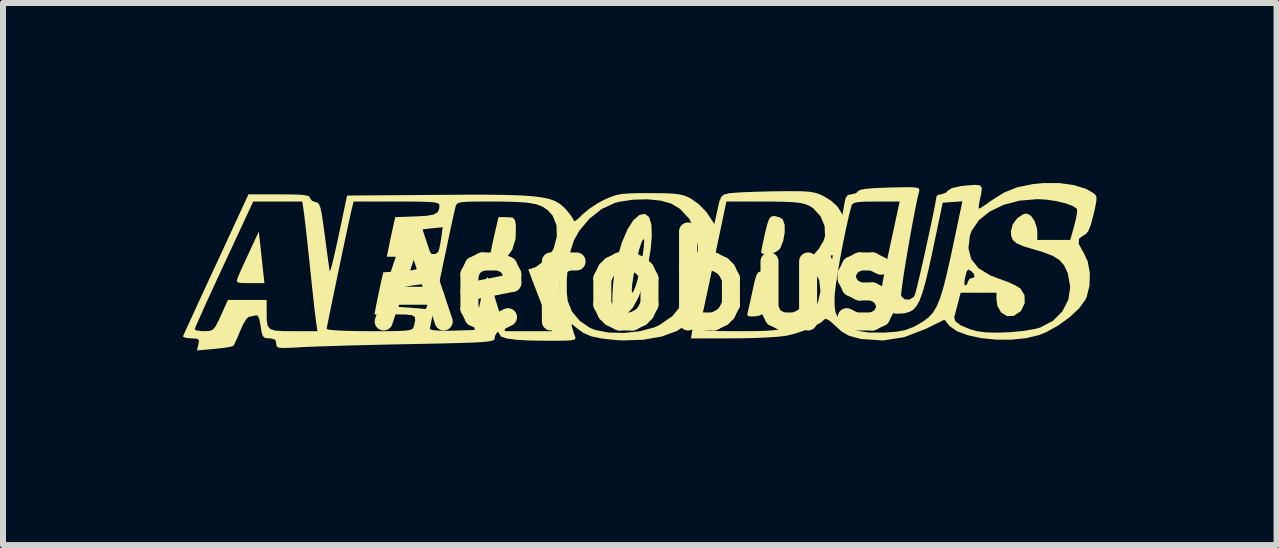
<source format=kicad_pcb>
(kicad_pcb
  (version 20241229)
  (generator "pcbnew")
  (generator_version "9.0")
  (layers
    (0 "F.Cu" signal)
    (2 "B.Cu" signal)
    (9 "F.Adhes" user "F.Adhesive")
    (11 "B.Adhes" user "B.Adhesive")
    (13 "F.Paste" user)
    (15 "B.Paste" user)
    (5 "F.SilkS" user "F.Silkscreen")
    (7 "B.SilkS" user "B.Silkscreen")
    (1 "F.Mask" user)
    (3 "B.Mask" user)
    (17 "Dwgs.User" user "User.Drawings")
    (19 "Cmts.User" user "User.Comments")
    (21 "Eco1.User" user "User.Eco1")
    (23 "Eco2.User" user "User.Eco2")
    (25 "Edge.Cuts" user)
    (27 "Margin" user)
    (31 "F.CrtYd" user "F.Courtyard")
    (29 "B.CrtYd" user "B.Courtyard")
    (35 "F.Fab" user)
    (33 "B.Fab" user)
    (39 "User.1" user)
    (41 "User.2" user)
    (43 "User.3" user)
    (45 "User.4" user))
  (footprint "Aerobus"
    (layer "F.Cu")
    (at 7.593 1.628)
    (property "Reference" "Aerobus" (at 0 0 0) (layer "F.SilkS") (effects (font (size 1.5 1.5) (thickness 0.3))))
    (attr board_only exclude_from_pos_files exclude_from_bom)
    (fp_poly (pts (xy -6.304 -0.58) (xy -6.286 -0.408) (xy -6.267 -0.234) (xy -6.258 -0.15) (xy -6.237 0.04) (xy -6.478 0.04) (xy -6.61 0.038) (xy -6.678 0.029) (xy -6.698 0.004) (xy -6.686 -0.042) (xy -6.683 -0.05) (xy -6.651 -0.126) (xy -6.594 -0.252) (xy -6.523 -0.406) (xy -6.489 -0.48) (xy -6.331 -0.82)) (stroke (width 0) (type solid)) (fill yes) (layer "F.SilkS"))
    (fp_poly (pts (xy -2.104 -1.053) (xy -2.063 -1.014) (xy -2.047 -0.923) (xy -2.052 -0.702) (xy -2.108 -0.518) (xy -2.181 -0.416) (xy -2.274 -0.35) (xy -2.369 -0.321) (xy -2.445 -0.331) (xy -2.478 -0.383) (xy -2.478 -0.39) (xy -2.469 -0.461) (xy -2.445 -0.586) (xy -2.412 -0.737) (xy -2.407 -0.76) (xy -2.337 -1.06) (xy -2.199 -1.06)) (stroke (width 0) (type solid)) (fill yes) (layer "F.SilkS"))
    (fp_poly (pts (xy 2.191 -0.138) (xy 2.255 -0.067) (xy 2.276 0.063) (xy 2.271 0.163) (xy 2.226 0.369) (xy 2.138 0.509) (xy 2.006 0.582) (xy 1.942 0.593) (xy 1.846 0.595) (xy 1.809 0.576) (xy 1.813 0.533) (xy 1.831 0.46) (xy 1.859 0.334) (xy 1.893 0.179) (xy 1.899 0.15) (xy 1.934 -0.005) (xy 1.962 -0.097) (xy 1.994 -0.143) (xy 2.037 -0.158) (xy 2.078 -0.16)) (stroke (width 0) (type solid)) (fill yes) (layer "F.SilkS"))
    (fp_poly (pts (xy 2.354 -1.055) (xy 2.4 -1.02) (xy 2.431 -0.933) (xy 2.432 -0.805) (xy 2.408 -0.667) (xy 2.363 -0.552) (xy 2.339 -0.518) (xy 2.269 -0.472) (xy 2.178 -0.445) (xy 2.093 -0.44) (xy 2.044 -0.462) (xy 2.04 -0.475) (xy 2.048 -0.529) (xy 2.07 -0.638) (xy 2.101 -0.78) (xy 2.104 -0.795) (xy 2.141 -0.944) (xy 2.172 -1.03) (xy 2.208 -1.07) (xy 2.256 -1.08) (xy 2.259 -1.08)) (stroke (width 0) (type solid)) (fill yes) (layer "F.SilkS"))
    (fp_poly (pts (xy 0.173 -1.061) (xy 0.211 -0.935) (xy 0.217 -0.74) (xy 0.199 -0.531) (xy 0.148 -0.222) (xy 0.079 0.051) (xy -0.005 0.278) (xy -0.099 0.449) (xy -0.2 0.557) (xy -0.283 0.592) (xy -0.37 0.591) (xy -0.411 0.575) (xy -0.432 0.512) (xy -0.441 0.389) (xy -0.439 0.225) (xy -0.434 0.152) (xy -0.117 0.152) (xy -0.108 0.199) (xy -0.105 0.2) (xy -0.082 0.165) (xy -0.048 0.075) (xy -0.022 -0.01) (xy 0.013 -0.146) (xy 0.044 -0.298) (xy 0.069 -0.448) (xy 0.085 -0.577) (xy 0.09 -0.667) (xy 0.081 -0.7) (xy 0.079 -0.699) (xy 0.05 -0.65) (xy 0.015 -0.547) (xy -0.022 -0.406) (xy -0.057 -0.248) (xy -0.087 -0.089) (xy -0.108 0.05) (xy -0.117 0.152) (xy -0.434 0.152) (xy -0.426 0.041) (xy -0.405 -0.146) (xy -0.375 -0.316) (xy -0.362 -0.37) (xy -0.28 -0.641) (xy -0.188 -0.856) (xy -0.089 -1.011) (xy 0.013 -1.098) (xy 0.104 -1.114)) (stroke (width 0) (type solid)) (fill yes) (layer "F.SilkS"))
    (fp_poly (pts (xy 7.251 -1.594) (xy 7.456 -1.53) (xy 7.574 -1.462) (xy 7.61 -1.43) (xy 7.627 -1.39) (xy 7.624 -1.325) (xy 7.603 -1.214) (xy 7.576 -1.098) (xy 7.533 -0.935) (xy 7.494 -0.834) (xy 7.45 -0.778) (xy 7.412 -0.757) (xy 7.337 -0.703) (xy 7.33 -0.619) (xy 7.392 -0.5) (xy 7.408 -0.478) (xy 7.481 -0.322) (xy 7.516 -0.126) (xy 7.51 0.081) (xy 7.463 0.271) (xy 7.443 0.314) (xy 7.34 0.457) (xy 7.181 0.606) (xy 6.99 0.745) (xy 6.786 0.858) (xy 6.67 0.905) (xy 6.453 0.957) (xy 6.208 0.982) (xy 5.954 0.981) (xy 5.707 0.956) (xy 5.484 0.908) (xy 5.303 0.841) (xy 5.18 0.755) (xy 5.168 0.741) (xy 5.095 0.648) (xy 4.777 0.804) (xy 4.425 0.939) (xy 4.074 0.995) (xy 3.722 0.972) (xy 3.666 0.961) (xy 3.503 0.916) (xy 3.38 0.846) (xy 3.28 0.755) (xy 3.186 0.67) (xy 3.121 0.634) (xy 3.1 0.639) (xy 3.035 0.696) (xy 2.914 0.763) (xy 2.759 0.829) (xy 2.594 0.884) (xy 2.461 0.916) (xy 2.34 0.931) (xy 2.158 0.944) (xy 1.936 0.954) (xy 1.693 0.959) (xy 1.548 0.96) (xy 0.87 0.96) (xy 0.897 0.791) (xy 0.897 0.79) (xy 1.009 0.79) (xy 1.02 0.809) (xy 1.074 0.823) (xy 1.18 0.833) (xy 1.347 0.838) (xy 1.583 0.84) (xy 1.654 0.84) (xy 1.912 0.839) (xy 2.106 0.834) (xy 2.252 0.824) (xy 2.365 0.808) (xy 2.461 0.784) (xy 2.536 0.758) (xy 2.707 0.674) (xy 2.849 0.567) (xy 2.875 0.54) (xy 2.983 0.366) (xy 3.002 0.287) (xy 3.262 0.287) (xy 3.265 0.437) (xy 3.28 0.534) (xy 3.317 0.607) (xy 3.375 0.674) (xy 3.495 0.771) (xy 3.642 0.833) (xy 3.834 0.862) (xy 4.085 0.864) (xy 4.106 0.863) (xy 4.296 0.849) (xy 4.439 0.822) (xy 4.566 0.774) (xy 4.639 0.737) (xy 4.742 0.676) (xy 4.827 0.612) (xy 4.831 0.608) (xy 5.256 0.608) (xy 5.275 0.675) (xy 5.365 0.743) (xy 5.516 0.806) (xy 5.629 0.839) (xy 5.777 0.86) (xy 5.975 0.865) (xy 6.197 0.856) (xy 6.415 0.835) (xy 6.602 0.803) (xy 6.688 0.779) (xy 6.9 0.669) (xy 7.058 0.51) (xy 7.157 0.317) (xy 7.189 0.102) (xy 7.149 -0.121) (xy 7.143 -0.138) (xy 7.086 -0.258) (xy 7.009 -0.346) (xy 6.897 -0.416) (xy 6.732 -0.478) (xy 6.599 -0.518) (xy 6.417 -0.572) (xy 6.3 -0.622) (xy 6.234 -0.677) (xy 6.205 -0.748) (xy 6.2 -0.822) (xy 6.231 -0.939) (xy 6.308 -1.043) (xy 6.409 -1.11) (xy 6.463 -1.12) (xy 6.534 -1.084) (xy 6.596 -0.995) (xy 6.634 -0.876) (xy 6.64 -0.811) (xy 6.64 -0.68) (xy 6.915 -0.68) (xy 7.189 -0.68) (xy 7.257 -0.92) (xy 7.289 -1.052) (xy 7.305 -1.153) (xy 7.302 -1.197) (xy 7.238 -1.243) (xy 7.115 -1.289) (xy 6.957 -1.327) (xy 6.786 -1.352) (xy 6.645 -1.36) (xy 6.346 -1.335) (xy 6.076 -1.264) (xy 5.845 -1.152) (xy 5.665 -1.007) (xy 5.547 -0.833) (xy 5.518 -0.754) (xy 5.493 -0.541) (xy 5.54 -0.36) (xy 5.661 -0.21) (xy 5.855 -0.09) (xy 6.004 -0.033) (xy 6.154 0.021) (xy 6.281 0.08) (xy 6.36 0.129) (xy 6.361 0.13) (xy 6.427 0.24) (xy 6.431 0.372) (xy 6.372 0.497) (xy 6.358 0.512) (xy 6.249 0.585) (xy 6.138 0.589) (xy 6.041 0.532) (xy 5.977 0.424) (xy 5.96 0.311) (xy 5.96 0.2) (xy 5.662 0.2) (xy 5.363 0.2) (xy 5.319 0.37) (xy 5.287 0.492) (xy 5.261 0.589) (xy 5.256 0.608) (xy 4.831 0.608) (xy 4.899 0.534) (xy 4.961 0.433) (xy 5.017 0.3) (xy 5.072 0.124) (xy 5.088 0.063) (xy 5.426 0.063) (xy 5.444 0.08) (xy 5.476 0.048) (xy 5.48 0.02) (xy 5.512 -0.033) (xy 5.54 -0.04) (xy 5.594 -0.061) (xy 5.583 -0.114) (xy 5.54 -0.16) (xy 5.489 -0.188) (xy 5.464 -0.155) (xy 5.429 -0.017) (xy 5.426 0.063) (xy 5.088 0.063) (xy 5.13 -0.103) (xy 5.195 -0.392) (xy 5.255 -0.672) (xy 5.392 -1.324) (xy 5.228 -1.312) (xy 5.064 -1.3) (xy 4.972 -0.86) (xy 4.896 -0.497) (xy 4.832 -0.205) (xy 4.777 0.024) (xy 4.727 0.199) (xy 4.68 0.328) (xy 4.632 0.417) (xy 4.58 0.477) (xy 4.522 0.513) (xy 4.453 0.536) (xy 4.415 0.544) (xy 4.286 0.549) (xy 4.176 0.526) (xy 4.112 0.491) (xy 4.066 0.447) (xy 4.039 0.385) (xy 4.031 0.293) (xy 4.042 0.162) (xy 4.071 -0.019) (xy 4.118 -0.258) (xy 4.172 -0.51) (xy 4.347 -1.32) (xy 3.956 -1.32) (xy 3.773 -1.318) (xy 3.655 -1.311) (xy 3.588 -1.296) (xy 3.554 -1.271) (xy 3.545 -1.25) (xy 3.501 -1.082) (xy 3.453 -0.868) (xy 3.404 -0.629) (xy 3.357 -0.382) (xy 3.317 -0.146) (xy 3.285 0.061) (xy 3.266 0.22) (xy 3.262 0.287) (xy 3.002 0.287) (xy 3.027 0.177) (xy 3.007 -0.007) (xy 2.924 -0.171) (xy 2.83 -0.262) (xy 2.773 -0.313) (xy 2.781 -0.342) (xy 2.8 -0.351) (xy 2.873 -0.4) (xy 3.2 -0.4) (xy 3.215 -0.367) (xy 3.227 -0.373) (xy 3.231 -0.421) (xy 3.227 -0.427) (xy 3.203 -0.421) (xy 3.2 -0.4) (xy 2.873 -0.4) (xy 2.9 -0.418) (xy 3 -0.532) (xy 3.077 -0.662) (xy 3.103 -0.741) (xy 3.097 -0.911) (xy 3.028 -1.075) (xy 2.908 -1.207) (xy 2.84 -1.25) (xy 2.77 -1.278) (xy 2.682 -1.298) (xy 2.562 -1.31) (xy 2.394 -1.317) (xy 2.165 -1.32) (xy 2.08 -1.32) (xy 1.46 -1.32) (xy 1.244 -0.29) (xy 1.185 -0.012) (xy 1.131 0.241) (xy 1.084 0.459) (xy 1.047 0.631) (xy 1.021 0.745) (xy 1.009 0.79) (xy 0.897 0.79) (xy 0.924 0.623) (xy 0.832 0.707) (xy 0.636 0.837) (xy 0.38 0.93) (xy 0.075 0.983) (xy -0.267 0.994) (xy -0.378 0.988) (xy -0.616 0.963) (xy -0.794 0.925) (xy -0.929 0.866) (xy -1.036 0.787) (xy -1.1 0.731) (xy -1.121 0.729) (xy -1.111 0.778) (xy -1.11 0.78) (xy -1.078 0.884) (xy -1.06 0.93) (xy -1.054 0.96) (xy -1.073 0.98) (xy -1.13 0.992) (xy -1.237 0.998) (xy -1.406 1) (xy -1.49 1) (xy -1.8 0.996) (xy -2.034 0.984) (xy -2.196 0.963) (xy -2.29 0.932) (xy -2.32 0.892) (xy -2.341 0.855) (xy -2.36 0.86) (xy -2.395 0.917) (xy -2.4 0.956) (xy -2.404 0.976) (xy -2.422 0.991) (xy -2.462 1.004) (xy -2.531 1.015) (xy -2.637 1.023) (xy -2.788 1.031) (xy -2.991 1.037) (xy -3.255 1.044) (xy -3.587 1.051) (xy -3.79 1.055) (xy -4.139 1.062) (xy -4.481 1.07) (xy -4.805 1.078) (xy -5.097 1.087) (xy -5.343 1.095) (xy -5.53 1.102) (xy -5.61 1.106) (xy -5.799 1.117) (xy -5.923 1.12) (xy -5.995 1.115) (xy -6.029 1.098) (xy -6.039 1.069) (xy -6.04 1.046) (xy -6.057 0.983) (xy -6.124 0.961) (xy -6.156 0.96) (xy -6.226 0.954) (xy -6.264 0.922) (xy -6.287 0.845) (xy -6.3 0.757) (xy -6.323 0.635) (xy -6.351 0.58) (xy -6.387 0.577) (xy -6.472 0.598) (xy -6.496 0.6) (xy -6.536 0.634) (xy -6.59 0.723) (xy -6.638 0.83) (xy -6.691 0.955) (xy -6.734 1.048) (xy -6.756 1.085) (xy -6.805 1.1) (xy -6.912 1.118) (xy -7.054 1.134) (xy -7.071 1.135) (xy -7.362 1.161) (xy -7.337 1.06) (xy -7.327 0.994) (xy -7.356 0.966) (xy -7.444 0.96) (xy -7.459 0.96) (xy -7.551 0.951) (xy -7.593 0.93) (xy -7.593 0.924) (xy -7.574 0.88) (xy -7.542 0.81) (xy -7.4 0.81) (xy -7.365 0.829) (xy -7.276 0.839) (xy -7.24 0.84) (xy -7.156 0.837) (xy -7.1 0.817) (xy -7.054 0.765) (xy -7.001 0.664) (xy -6.963 0.58) (xy -6.845 0.32) (xy -6.523 0.32) (xy -6.2 0.32) (xy -6.2 0.517) (xy -6.198 0.657) (xy -6.183 0.749) (xy -6.141 0.804) (xy -6.058 0.83) (xy -5.921 0.839) (xy -5.752 0.84) (xy -5.353 0.84) (xy -5.359 0.803) (xy -5.2 0.803) (xy -5.162 0.816) (xy -5.054 0.826) (xy -4.886 0.834) (xy -4.669 0.839) (xy -4.485 0.84) (xy -4.23 0.84) (xy -4.044 0.838) (xy -3.915 0.833) (xy -3.832 0.824) (xy -3.784 0.81) (xy -3.777 0.804) (xy -3.48 0.804) (xy -3.442 0.821) (xy -3.337 0.831) (xy -3.177 0.833) (xy -3.11 0.832) (xy -2.74 0.82) (xy -2.645 0.371) (xy -2.605 0.196) (xy -2.568 0.056) (xy -2.539 -0.035) (xy -2.522 -0.061) (xy -2.5 -0.018) (xy -2.461 0.086) (xy -2.411 0.235) (xy -2.361 0.398) (xy -2.227 0.84) (xy -1.834 0.84) (xy -1.441 0.84) (xy -1.525 0.63) (xy -1.597 0.448) (xy -1.669 0.264) (xy -1.735 0.093) (xy -1.789 -0.048) (xy -1.453 -0.048) (xy -1.429 0.032) (xy -1.411 0.08) (xy -1.37 0.177) (xy -1.34 0.234) (xy -1.334 0.24) (xy -1.326 0.204) (xy -1.326 0.197) (xy -1.199 0.197) (xy -1.183 0.339) (xy -1.113 0.513) (xy -0.982 0.669) (xy -0.811 0.786) (xy -0.726 0.82) (xy -0.501 0.863) (xy -0.241 0.869) (xy 0.023 0.84) (xy 0.258 0.777) (xy 0.333 0.745) (xy 0.558 0.591) (xy 0.739 0.371) (xy 0.874 0.087) (xy 0.963 -0.26) (xy 0.963 -0.26) (xy 0.985 -0.556) (xy 0.944 -0.815) (xy 0.842 -1.032) (xy 0.684 -1.2) (xy 0.542 -1.285) (xy 0.368 -1.335) (xy 0.148 -1.357) (xy -0.091 -1.351) (xy -0.321 -1.317) (xy -0.398 -1.297) (xy -0.618 -1.195) (xy -0.824 -1.032) (xy -0.994 -0.829) (xy -1.082 -0.669) (xy -1.137 -0.493) (xy -1.177 -0.269) (xy -1.199 -0.029) (xy -1.199 0.197) (xy -1.326 0.197) (xy -1.321 0.112) (xy -1.32 0.039) (xy -1.323 -0.079) (xy -1.335 -0.132) (xy -1.366 -0.136) (xy -1.397 -0.122) (xy -1.443 -0.09) (xy -1.453 -0.048) (xy -1.789 -0.048) (xy -1.789 -0.05) (xy -1.826 -0.149) (xy -1.84 -0.189) (xy -1.808 -0.199) (xy -1.794 -0.2) (xy -1.714 -0.23) (xy -1.612 -0.305) (xy -1.511 -0.404) (xy -1.434 -0.508) (xy -1.416 -0.544) (xy -1.365 -0.738) (xy -1.371 -0.925) (xy -1.433 -1.08) (xy -1.447 -1.099) (xy -1.518 -1.177) (xy -1.602 -1.235) (xy -1.71 -1.275) (xy -1.856 -1.301) (xy -2.052 -1.314) (xy -2.31 -1.32) (xy -2.414 -1.32) (xy -2.649 -1.32) (xy -2.815 -1.318) (xy -2.926 -1.312) (xy -2.993 -1.301) (xy -3.029 -1.282) (xy -3.047 -1.254) (xy -3.055 -1.225) (xy -3.074 -1.143) (xy -3.105 -1.002) (xy -3.146 -0.815) (xy -3.192 -0.595) (xy -3.243 -0.355) (xy -3.295 -0.108) (xy -3.345 0.133) (xy -3.391 0.356) (xy -3.43 0.547) (xy -3.46 0.693) (xy -3.477 0.783) (xy -3.48 0.804) (xy -3.777 0.804) (xy -3.76 0.789) (xy -3.748 0.759) (xy -3.745 0.75) (xy -3.725 0.661) (xy -3.731 0.605) (xy -3.776 0.575) (xy -3.873 0.563) (xy -4.035 0.56) (xy -4.062 0.56) (xy -4.404 0.56) (xy -4.38 0.436) (xy -4.003 0.436) (xy -3.791 0.45) (xy -3.668 0.46) (xy -3.58 0.469) (xy -3.555 0.473) (xy -3.534 0.443) (xy -3.511 0.359) (xy -3.506 0.33) (xy -3.483 0.182) (xy -3.485 0.098) (xy -3.52 0.061) (xy -3.601 0.058) (xy -3.69 0.067) (xy -3.813 0.085) (xy -3.9 0.104) (xy -3.925 0.115) (xy -3.948 0.168) (xy -3.972 0.265) (xy -3.977 0.288) (xy -4.003 0.436) (xy -4.38 0.436) (xy -4.377 0.416) (xy -4.351 0.288) (xy -4.318 0.132) (xy -4.304 0.066) (xy -4.258 -0.14) (xy -3.959 -0.16) (xy -3.807 -0.172) (xy -3.716 -0.186) (xy -3.671 -0.211) (xy -3.653 -0.253) (xy -3.647 -0.29) (xy -3.635 -0.4) (xy -3.916 -0.4) (xy -4.198 -0.4) (xy -4.174 -0.52) (xy -3.81 -0.52) (xy -3.645 -0.52) (xy -3.543 -0.511) (xy -3.485 -0.49) (xy -3.48 -0.48) (xy -3.45 -0.446) (xy -3.39 -0.445) (xy -3.342 -0.477) (xy -3.324 -0.536) (xy -3.302 -0.643) (xy -3.293 -0.703) (xy -3.267 -0.892) (xy -3.498 -0.869) (xy -3.625 -0.853) (xy -3.716 -0.837) (xy -3.746 -0.827) (xy -3.763 -0.78) (xy -3.783 -0.686) (xy -3.787 -0.665) (xy -3.81 -0.52) (xy -4.174 -0.52) (xy -4.172 -0.53) (xy -4.148 -0.649) (xy -4.116 -0.798) (xy -4.102 -0.86) (xy -4.058 -1.06) (xy -3.72 -1.072) (xy -3.536 -1.082) (xy -3.418 -1.103) (xy -3.352 -1.14) (xy -3.325 -1.199) (xy -3.321 -1.25) (xy -3.326 -1.275) (xy -3.351 -1.293) (xy -3.405 -1.306) (xy -3.5 -1.314) (xy -3.646 -1.318) (xy -3.854 -1.32) (xy -4.036 -1.32) (xy -4.751 -1.32) (xy -4.775 -1.225) (xy -4.794 -1.144) (xy -4.825 -1.004) (xy -4.865 -0.817) (xy -4.912 -0.598) (xy -4.962 -0.359) (xy -5.014 -0.112) (xy -5.064 0.129) (xy -5.11 0.352) (xy -5.15 0.543) (xy -5.179 0.69) (xy -5.197 0.781) (xy -5.2 0.803) (xy -5.359 0.803) (xy -5.376 0.69) (xy -5.387 0.604) (xy -5.405 0.453) (xy -5.427 0.253) (xy -5.452 0.02) (xy -5.479 -0.232) (xy -5.479 -0.24) (xy -5.506 -0.492) (xy -5.531 -0.726) (xy -5.554 -0.927) (xy -5.572 -1.08) (xy -5.584 -1.168) (xy -5.584 -1.17) (xy -5.607 -1.32) (xy -6.016 -1.32) (xy -6.424 -1.32) (xy -6.912 -0.27) (xy -7.037 -0.001) (xy -7.15 0.245) (xy -7.247 0.458) (xy -7.323 0.629) (xy -7.376 0.748) (xy -7.399 0.806) (xy -7.4 0.81) (xy -7.542 0.81) (xy -7.525 0.772) (xy -7.45 0.61) (xy -7.355 0.402) (xy -7.242 0.157) (xy -7.116 -0.116) (xy -7.041 -0.276) (xy -6.503 -1.44) (xy -5.991 -1.44) (xy -5.775 -1.438) (xy -5.627 -1.433) (xy -5.537 -1.422) (xy -5.491 -1.405) (xy -5.48 -1.383) (xy -5.446 -1.333) (xy -5.391 -1.313) (xy -5.355 -1.302) (xy -5.327 -1.275) (xy -5.304 -1.217) (xy -5.282 -1.117) (xy -5.259 -0.962) (xy -5.232 -0.76) (xy -5.205 -0.557) (xy -5.181 -0.379) (xy -5.162 -0.244) (xy -5.151 -0.168) (xy -5.149 -0.16) (xy -5.138 -0.177) (xy -5.113 -0.261) (xy -5.079 -0.4) (xy -5.037 -0.585) (xy -4.999 -0.76) (xy -4.86 -1.42) (xy -3.34 -1.431) (xy -2.896 -1.434) (xy -2.525 -1.434) (xy -2.219 -1.43) (xy -1.97 -1.422) (xy -1.77 -1.409) (xy -1.613 -1.389) (xy -1.49 -1.363) (xy -1.394 -1.328) (xy -1.318 -1.284) (xy -1.253 -1.23) (xy -1.2 -1.174) (xy -1.128 -1.083) (xy -1.085 -1.013) (xy -1.08 -0.996) (xy -1.056 -0.998) (xy -0.995 -1.047) (xy -0.946 -1.097) (xy -0.833 -1.193) (xy -0.685 -1.291) (xy -0.576 -1.35) (xy -0.472 -1.395) (xy -0.38 -1.427) (xy -0.28 -1.446) (xy -0.153 -1.456) (xy 0.022 -1.46) (xy 0.18 -1.46) (xy 0.4 -1.459) (xy 0.559 -1.453) (xy 0.672 -1.44) (xy 0.759 -1.419) (xy 0.837 -1.386) (xy 0.87 -1.369) (xy 1 -1.276) (xy 1.119 -1.154) (xy 1.15 -1.112) (xy 1.26 -0.946) (xy 1.313 -1.19) (xy 1.344 -1.324) (xy 1.375 -1.399) (xy 1.42 -1.436) (xy 1.494 -1.455) (xy 1.513 -1.458) (xy 1.604 -1.467) (xy 1.758 -1.476) (xy 1.954 -1.483) (xy 2.176 -1.489) (xy 2.28 -1.491) (xy 2.52 -1.493) (xy 2.697 -1.492) (xy 2.824 -1.485) (xy 2.918 -1.471) (xy 2.994 -1.449) (xy 3.069 -1.416) (xy 3.08 -1.411) (xy 3.202 -1.335) (xy 3.301 -1.247) (xy 3.328 -1.211) (xy 3.395 -1.1) (xy 3.423 -1.27) (xy 3.447 -1.379) (xy 3.484 -1.429) (xy 3.542 -1.44) (xy 3.62 -1.459) (xy 3.65 -1.49) (xy 3.687 -1.514) (xy 3.783 -1.532) (xy 3.946 -1.545) (xy 4.179 -1.553) (xy 4.389 -1.558) (xy 4.531 -1.559) (xy 4.619 -1.553) (xy 4.662 -1.54) (xy 4.676 -1.519) (xy 4.672 -1.493) (xy 4.643 -1.369) (xy 4.607 -1.195) (xy 4.567 -0.987) (xy 4.525 -0.759) (xy 4.484 -0.524) (xy 4.446 -0.297) (xy 4.413 -0.092) (xy 4.389 0.078) (xy 4.374 0.197) (xy 4.372 0.253) (xy 4.372 0.254) (xy 4.428 0.309) (xy 4.51 0.314) (xy 4.582 0.268) (xy 4.595 0.249) (xy 4.612 0.195) (xy 4.642 0.077) (xy 4.682 -0.09) (xy 4.728 -0.29) (xy 4.777 -0.51) (xy 4.826 -0.735) (xy 4.872 -0.949) (xy 4.912 -1.139) (xy 4.941 -1.289) (xy 4.958 -1.384) (xy 4.96 -1.407) (xy 4.993 -1.434) (xy 5.038 -1.44) (xy 5.12 -1.468) (xy 5.15 -1.501) (xy 5.217 -1.544) (xy 5.362 -1.576) (xy 5.452 -1.587) (xy 5.602 -1.598) (xy 5.685 -1.59) (xy 5.716 -1.548) (xy 5.707 -1.457) (xy 5.683 -1.35) (xy 5.666 -1.255) (xy 5.665 -1.203) (xy 5.669 -1.2) (xy 5.709 -1.222) (xy 5.794 -1.278) (xy 5.88 -1.34) (xy 6.087 -1.47) (xy 6.304 -1.557) (xy 6.557 -1.609) (xy 6.741 -1.628) (xy 7.005 -1.628)) (stroke (width 0) (type solid)) (fill yes) (layer "F.SilkS")))
  (gr_rect
    (start -3 -3)
    (end 18.22 6.032)
    (stroke (width 0.1) (type default))
    (fill no)
    (layer "Edge.Cuts")))
</source>
